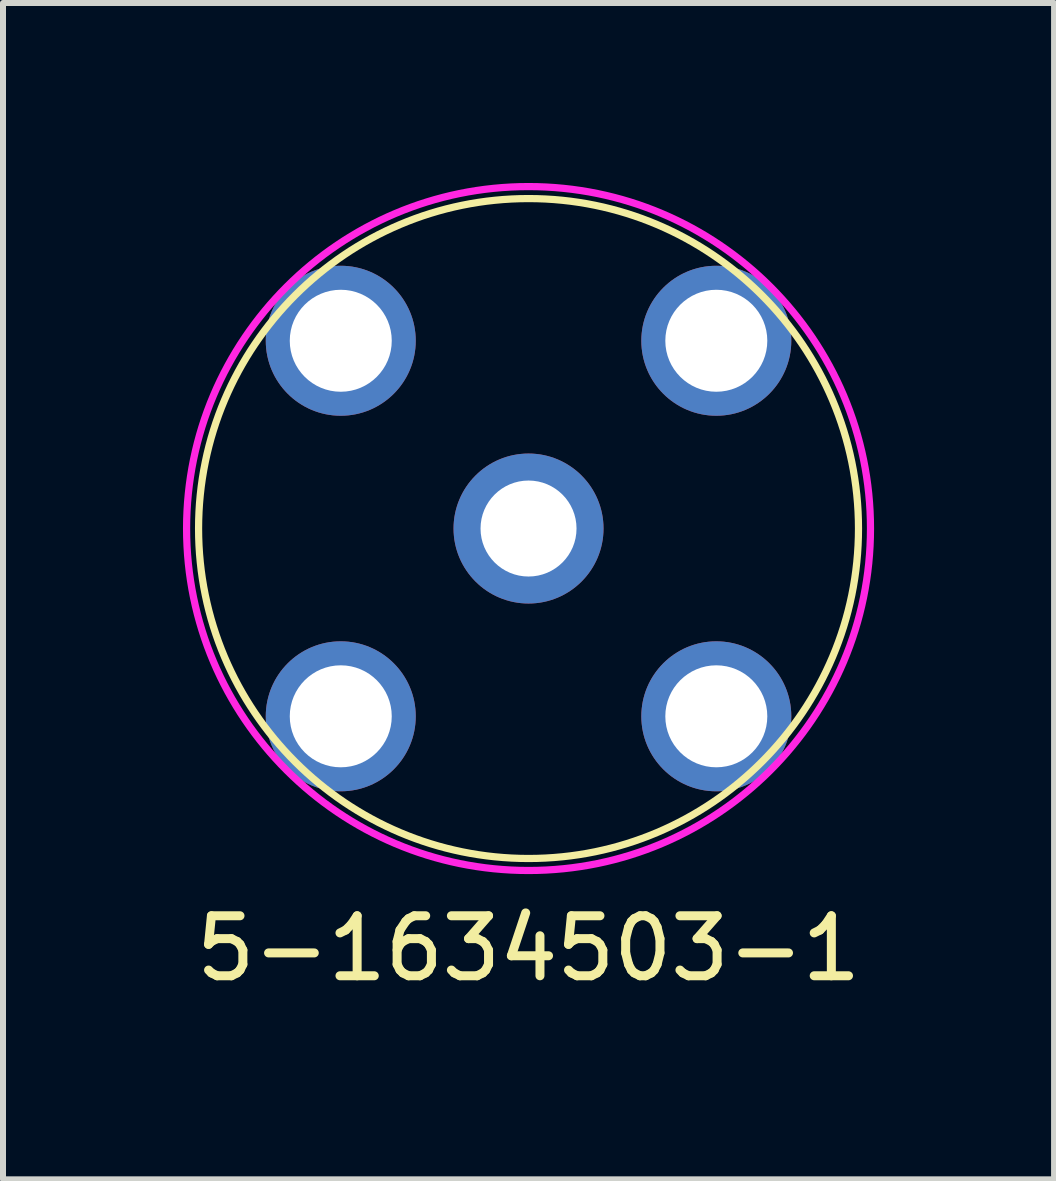
<source format=kicad_pcb>
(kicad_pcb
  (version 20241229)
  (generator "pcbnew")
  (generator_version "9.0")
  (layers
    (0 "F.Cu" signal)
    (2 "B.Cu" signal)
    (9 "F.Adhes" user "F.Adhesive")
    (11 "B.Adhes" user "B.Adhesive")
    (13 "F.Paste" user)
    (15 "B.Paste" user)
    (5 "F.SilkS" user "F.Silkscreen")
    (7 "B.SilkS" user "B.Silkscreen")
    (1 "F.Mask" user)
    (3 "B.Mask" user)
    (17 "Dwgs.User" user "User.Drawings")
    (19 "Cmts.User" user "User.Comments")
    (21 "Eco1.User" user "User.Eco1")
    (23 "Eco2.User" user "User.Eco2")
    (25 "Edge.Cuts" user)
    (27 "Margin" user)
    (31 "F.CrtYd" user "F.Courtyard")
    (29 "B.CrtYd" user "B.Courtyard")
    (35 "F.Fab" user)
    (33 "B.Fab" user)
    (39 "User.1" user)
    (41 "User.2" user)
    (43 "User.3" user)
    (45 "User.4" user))
  (footprint "5-1634503-1"
    (layer "F.Cu")
    (at 5.76 5.76)
    (property "Reference" "5-1634503-1" (at 0 7 0) (layer "F.SilkS") (effects (font (size 1 1) (thickness 0.15))))
    (attr through_hole)
    (fp_circle (center 0 0) (end 5.5 0) (stroke (width 0.12) (type solid)) (fill no) (layer "F.SilkS"))
    (fp_circle (center 0 0) (end 5.7 0) (stroke (width 0.12) (type solid)) (fill no) (layer "F.CrtYd"))
    (pad "1" thru_hole circle (at 0 0) (size 2.5 2.5) (drill 1.6) (layers "*.Cu" "*.Mask"))
    (pad "2" thru_hole circle (at -3.13 -3.13) (size 2.5 2.5) (drill 1.7) (layers "*.Cu" "*.Mask"))
    (pad "2" thru_hole circle (at -3.13 3.13) (size 2.5 2.5) (drill 1.7) (layers "*.Cu" "*.Mask"))
    (pad "2" thru_hole circle (at 3.13 -3.13) (size 2.5 2.5) (drill 1.7) (layers "*.Cu" "*.Mask"))
    (pad "2" thru_hole circle (at 3.13 3.13) (size 2.5 2.5) (drill 1.7) (layers "*.Cu" "*.Mask")))
  (gr_rect
    (start -3 -3)
    (end 14.52 16.608)
    (stroke (width 0.1) (type default))
    (fill no)
    (layer "Edge.Cuts")))
</source>
